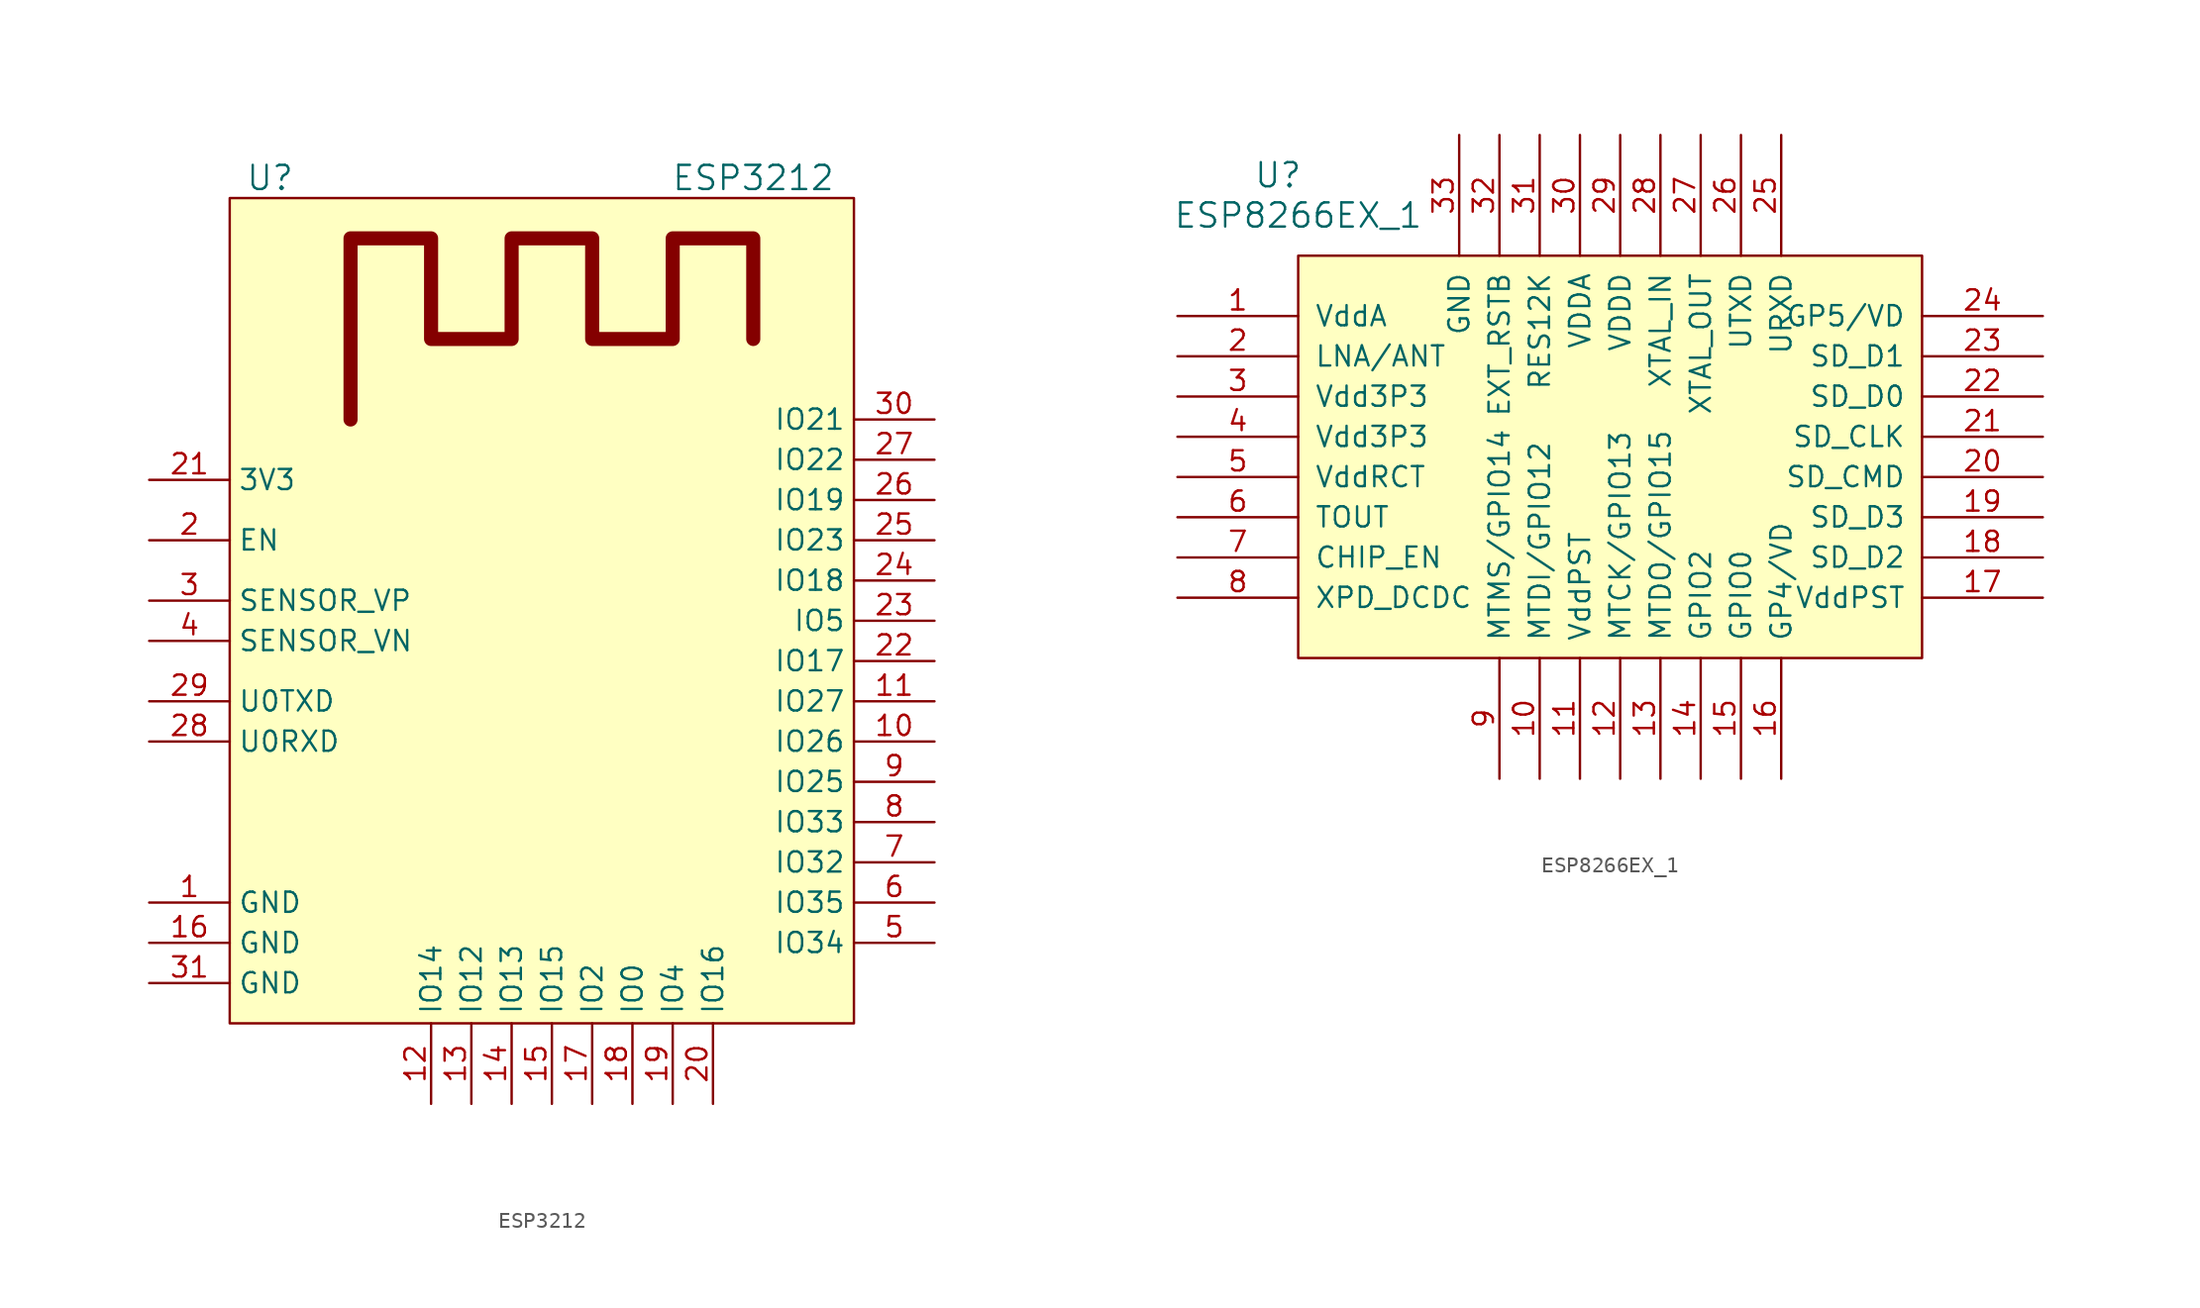
<source format=kicad_sym>
(kicad_symbol_lib
  (version 20220102)
  (generator kicad_symbol_editor)
  (symbol "ESP3212"
    (property "Reference" "U"
      (at -17.78 31.75 0)
      (effects (font (size 1.524 1.524))))
    (property "Value" "ESP3212"
      (at 12.7 31.75 0)
      (effects (font (size 1.524 1.524))))
    (symbol "ESP3212_0_1"
      (rectangle (start -20.32 30.48) (end 19.05 -21.59) (stroke (width 0) (type default)) (fill (type background)))
      (polyline (pts (xy -12.7 16.51) (xy -12.7 27.94) (xy -7.62 27.94) (xy -7.62 21.59) (xy -2.54 21.59) (xy -2.54 27.94) (xy 2.54 27.94) (xy 2.54 21.59) (xy 7.62 21.59) (xy 7.62 27.94) (xy 12.7 27.94) (xy 12.7 21.59)) (stroke (width 0.889) (type default)) (fill (type none))))
    (symbol "ESP3212_1_1"
      (pin power_in line (at -25.4 -13.97 0) (length 5.08) (name "GND" (effects (font (size 1.27 1.27)))) (number "1" (effects (font (size 1.27 1.27)))))
      (pin bidirectional line (at 24.13 -3.81 180) (length 5.08) (name "IO26" (effects (font (size 1.27 1.27)))) (number "10" (effects (font (size 1.27 1.27)))))
      (pin bidirectional line (at 24.13 -1.27 180) (length 5.08) (name "IO27" (effects (font (size 1.27 1.27)))) (number "11" (effects (font (size 1.27 1.27)))))
      (pin bidirectional line (at -7.62 -26.67 90) (length 5.08) (name "IO14" (effects (font (size 1.27 1.27)))) (number "12" (effects (font (size 1.27 1.27)))))
      (pin bidirectional line (at -5.08 -26.67 90) (length 5.08) (name "IO12" (effects (font (size 1.27 1.27)))) (number "13" (effects (font (size 1.27 1.27)))))
      (pin bidirectional line (at -2.54 -26.67 90) (length 5.08) (name "IO13" (effects (font (size 1.27 1.27)))) (number "14" (effects (font (size 1.27 1.27)))))
      (pin bidirectional line (at 0 -26.67 90) (length 5.08) (name "IO15" (effects (font (size 1.27 1.27)))) (number "15" (effects (font (size 1.27 1.27)))))
      (pin power_in line (at -25.4 -16.51 0) (length 5.08) (name "GND" (effects (font (size 1.27 1.27)))) (number "16" (effects (font (size 1.27 1.27)))))
      (pin bidirectional line (at 2.54 -26.67 90) (length 5.08) (name "IO2" (effects (font (size 1.27 1.27)))) (number "17" (effects (font (size 1.27 1.27)))))
      (pin bidirectional line (at 5.08 -26.67 90) (length 5.08) (name "IO0" (effects (font (size 1.27 1.27)))) (number "18" (effects (font (size 1.27 1.27)))))
      (pin bidirectional line (at 7.62 -26.67 90) (length 5.08) (name "IO4" (effects (font (size 1.27 1.27)))) (number "19" (effects (font (size 1.27 1.27)))))
      (pin input line (at -25.4 8.89 0) (length 5.08) (name "EN" (effects (font (size 1.27 1.27)))) (number "2" (effects (font (size 1.27 1.27)))))
      (pin bidirectional line (at 10.16 -26.67 90) (length 5.08) (name "IO16" (effects (font (size 1.27 1.27)))) (number "20" (effects (font (size 1.27 1.27)))))
      (pin power_in line (at -25.4 12.7 0) (length 5.08) (name "3V3" (effects (font (size 1.27 1.27)))) (number "21" (effects (font (size 1.27 1.27)))))
      (pin bidirectional line (at 24.13 1.27 180) (length 5.08) (name "IO17" (effects (font (size 1.27 1.27)))) (number "22" (effects (font (size 1.27 1.27)))))
      (pin bidirectional line (at 24.13 3.81 180) (length 5.08) (name "IO5" (effects (font (size 1.27 1.27)))) (number "23" (effects (font (size 1.27 1.27)))))
      (pin bidirectional line (at 24.13 6.35 180) (length 5.08) (name "IO18" (effects (font (size 1.27 1.27)))) (number "24" (effects (font (size 1.27 1.27)))))
      (pin bidirectional line (at 24.13 8.89 180) (length 5.08) (name "IO23" (effects (font (size 1.27 1.27)))) (number "25" (effects (font (size 1.27 1.27)))))
      (pin bidirectional line (at 24.13 11.43 180) (length 5.08) (name "IO19" (effects (font (size 1.27 1.27)))) (number "26" (effects (font (size 1.27 1.27)))))
      (pin bidirectional line (at 24.13 13.97 180) (length 5.08) (name "IO22" (effects (font (size 1.27 1.27)))) (number "27" (effects (font (size 1.27 1.27)))))
      (pin bidirectional line (at -25.4 -3.81 0) (length 5.08) (name "U0RXD" (effects (font (size 1.27 1.27)))) (number "28" (effects (font (size 1.27 1.27)))))
      (pin bidirectional line (at -25.4 -1.27 0) (length 5.08) (name "U0TXD" (effects (font (size 1.27 1.27)))) (number "29" (effects (font (size 1.27 1.27)))))
      (pin input line (at -25.4 5.08 0) (length 5.08) (name "SENSOR_VP" (effects (font (size 1.27 1.27)))) (number "3" (effects (font (size 1.27 1.27)))))
      (pin bidirectional line (at 24.13 16.51 180) (length 5.08) (name "IO21" (effects (font (size 1.27 1.27)))) (number "30" (effects (font (size 1.27 1.27)))))
      (pin power_in line (at -25.4 -19.05 0) (length 5.08) (name "GND" (effects (font (size 1.27 1.27)))) (number "31" (effects (font (size 1.27 1.27)))))
      (pin input line (at -25.4 2.54 0) (length 5.08) (name "SENSOR_VN" (effects (font (size 1.27 1.27)))) (number "4" (effects (font (size 1.27 1.27)))))
      (pin bidirectional line (at 24.13 -16.51 180) (length 5.08) (name "IO34" (effects (font (size 1.27 1.27)))) (number "5" (effects (font (size 1.27 1.27)))))
      (pin bidirectional line (at 24.13 -13.97 180) (length 5.08) (name "IO35" (effects (font (size 1.27 1.27)))) (number "6" (effects (font (size 1.27 1.27)))))
      (pin bidirectional line (at 24.13 -11.43 180) (length 5.08) (name "IO32" (effects (font (size 1.27 1.27)))) (number "7" (effects (font (size 1.27 1.27)))))
      (pin bidirectional line (at 24.13 -8.89 180) (length 5.08) (name "IO33" (effects (font (size 1.27 1.27)))) (number "8" (effects (font (size 1.27 1.27)))))
      (pin bidirectional line (at 24.13 -6.35 180) (length 5.08) (name "IO25" (effects (font (size 1.27 1.27)))) (number "9" (effects (font (size 1.27 1.27)))))))
  (symbol "ESP8266EX_1"
    (pin_names
      (offset 1.016))
    (property "Reference" "U"
      (at -22.86 17.78 0)
      (effects (font (size 1.524 1.524))))
    (property "Value" "ESP8266EX_1"
      (at -21.59 15.24 0)
      (effects (font (size 1.524 1.524))))
    (property "Footprint" ""
      (at -22.86 17.78 0)
      (effects (font (size 1.524 1.524))))
    (property "Datasheet" ""
      (at -22.86 17.78 0)
      (effects (font (size 1.524 1.524))))
    (symbol "ESP8266EX_1_0_1"
      (rectangle (start -21.59 12.7) (end 17.78 -12.7) (stroke (width 0) (type default)) (fill (type background))))
    (symbol "ESP8266EX_1_1_1"
      (pin input line (at -29.21 8.89 0) (length 7.62) (name "VddA" (effects (font (size 1.27 1.27)))) (number "1" (effects (font (size 1.27 1.27)))))
      (pin input line (at -6.35 -20.32 90) (length 7.62) (name "MTDI/GPIO12" (effects (font (size 1.27 1.27)))) (number "10" (effects (font (size 1.27 1.27)))))
      (pin input line (at -3.81 -20.32 90) (length 7.62) (name "VddPST" (effects (font (size 1.27 1.27)))) (number "11" (effects (font (size 1.27 1.27)))))
      (pin input line (at -1.27 -20.32 90) (length 7.62) (name "MTCK/GPIO13" (effects (font (size 1.27 1.27)))) (number "12" (effects (font (size 1.27 1.27)))))
      (pin input line (at 1.27 -20.32 90) (length 7.62) (name "MTDO/GPIO15" (effects (font (size 1.27 1.27)))) (number "13" (effects (font (size 1.27 1.27)))))
      (pin input line (at 3.81 -20.32 90) (length 7.62) (name "GPIO2" (effects (font (size 1.27 1.27)))) (number "14" (effects (font (size 1.27 1.27)))))
      (pin input line (at 6.35 -20.32 90) (length 7.62) (name "GPIO0" (effects (font (size 1.27 1.27)))) (number "15" (effects (font (size 1.27 1.27)))))
      (pin input line (at 8.89 -20.32 90) (length 7.62) (name "GP4/VD" (effects (font (size 1.27 1.27)))) (number "16" (effects (font (size 1.27 1.27)))))
      (pin input line (at 25.4 -8.89 180) (length 7.62) (name "VddPST" (effects (font (size 1.27 1.27)))) (number "17" (effects (font (size 1.27 1.27)))))
      (pin input line (at 25.4 -6.35 180) (length 7.62) (name "SD_D2" (effects (font (size 1.27 1.27)))) (number "18" (effects (font (size 1.27 1.27)))))
      (pin input line (at 25.4 -3.81 180) (length 7.62) (name "SD_D3" (effects (font (size 1.27 1.27)))) (number "19" (effects (font (size 1.27 1.27)))))
      (pin input line (at -29.21 6.35 0) (length 7.62) (name "LNA/ANT" (effects (font (size 1.27 1.27)))) (number "2" (effects (font (size 1.27 1.27)))))
      (pin input line (at 25.4 -1.27 180) (length 7.62) (name "SD_CMD" (effects (font (size 1.27 1.27)))) (number "20" (effects (font (size 1.27 1.27)))))
      (pin input line (at 25.4 1.27 180) (length 7.62) (name "SD_CLK" (effects (font (size 1.27 1.27)))) (number "21" (effects (font (size 1.27 1.27)))))
      (pin input line (at 25.4 3.81 180) (length 7.62) (name "SD_D0" (effects (font (size 1.27 1.27)))) (number "22" (effects (font (size 1.27 1.27)))))
      (pin input line (at 25.4 6.35 180) (length 7.62) (name "SD_D1" (effects (font (size 1.27 1.27)))) (number "23" (effects (font (size 1.27 1.27)))))
      (pin input line (at 25.4 8.89 180) (length 7.62) (name "GP5/VD" (effects (font (size 1.27 1.27)))) (number "24" (effects (font (size 1.27 1.27)))))
      (pin input line (at 8.89 20.32 270) (length 7.62) (name "URXD" (effects (font (size 1.27 1.27)))) (number "25" (effects (font (size 1.27 1.27)))))
      (pin input line (at 6.35 20.32 270) (length 7.62) (name "UTXD" (effects (font (size 1.27 1.27)))) (number "26" (effects (font (size 1.27 1.27)))))
      (pin input line (at 3.81 20.32 270) (length 7.62) (name "XTAL_OUT" (effects (font (size 1.27 1.27)))) (number "27" (effects (font (size 1.27 1.27)))))
      (pin input line (at 1.27 20.32 270) (length 7.62) (name "XTAL_IN" (effects (font (size 1.27 1.27)))) (number "28" (effects (font (size 1.27 1.27)))))
      (pin input line (at -1.27 20.32 270) (length 7.62) (name "VDDD" (effects (font (size 1.27 1.27)))) (number "29" (effects (font (size 1.27 1.27)))))
      (pin input line (at -29.21 3.81 0) (length 7.62) (name "Vdd3P3" (effects (font (size 1.27 1.27)))) (number "3" (effects (font (size 1.27 1.27)))))
      (pin input line (at -3.81 20.32 270) (length 7.62) (name "VDDA" (effects (font (size 1.27 1.27)))) (number "30" (effects (font (size 1.27 1.27)))))
      (pin input line (at -6.35 20.32 270) (length 7.62) (name "RES12K" (effects (font (size 1.27 1.27)))) (number "31" (effects (font (size 1.27 1.27)))))
      (pin input line (at -8.89 20.32 270) (length 7.62) (name "EXT_RSTB" (effects (font (size 1.27 1.27)))) (number "32" (effects (font (size 1.27 1.27)))))
      (pin input line (at -11.43 20.32 270) (length 7.62) (name "GND" (effects (font (size 1.27 1.27)))) (number "33" (effects (font (size 1.27 1.27)))))
      (pin input line (at -29.21 1.27 0) (length 7.62) (name "Vdd3P3" (effects (font (size 1.27 1.27)))) (number "4" (effects (font (size 1.27 1.27)))))
      (pin input line (at -29.21 -1.27 0) (length 7.62) (name "VddRCT" (effects (font (size 1.27 1.27)))) (number "5" (effects (font (size 1.27 1.27)))))
      (pin input line (at -29.21 -3.81 0) (length 7.62) (name "TOUT" (effects (font (size 1.27 1.27)))) (number "6" (effects (font (size 1.27 1.27)))))
      (pin input line (at -29.21 -6.35 0) (length 7.62) (name "CHIP_EN" (effects (font (size 1.27 1.27)))) (number "7" (effects (font (size 1.27 1.27)))))
      (pin input line (at -29.21 -8.89 0) (length 7.62) (name "XPD_DCDC" (effects (font (size 1.27 1.27)))) (number "8" (effects (font (size 1.27 1.27)))))
      (pin input line (at -8.89 -20.32 90) (length 7.62) (name "MTMS/GPIO14" (effects (font (size 1.27 1.27)))) (number "9" (effects (font (size 1.27 1.27))))))))
</source>
